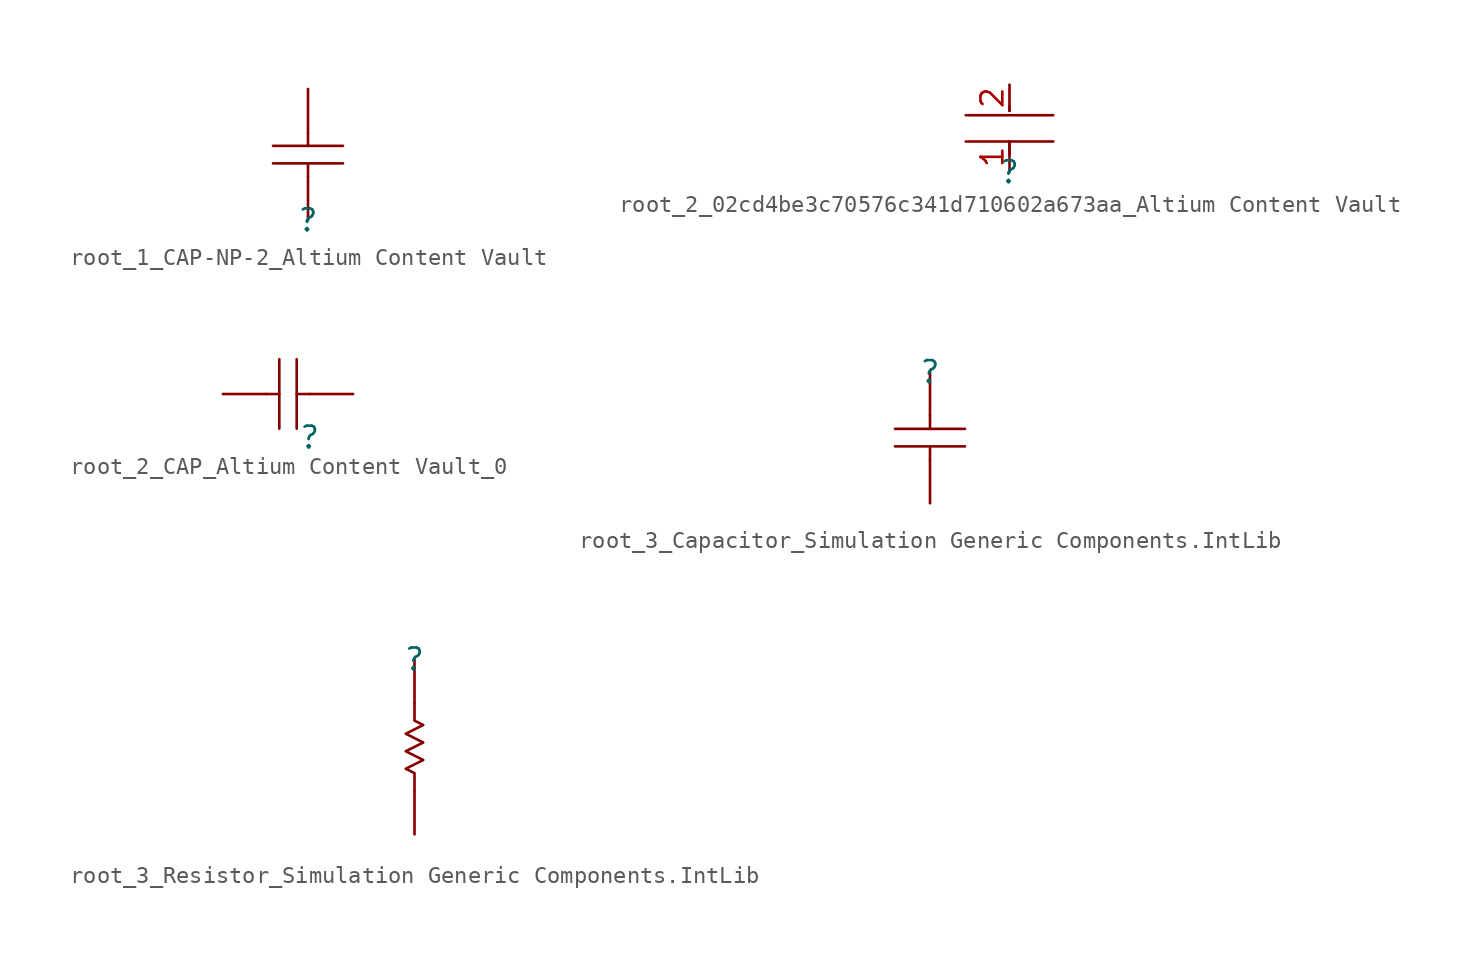
<source format=kicad_sym>
(kicad_symbol_lib
  (version 20241209)
  (generator "kicad_symbol_editor")
  (generator_version "9.0")
  (symbol "root_1_CAP-NP-2_Altium Content Vault"
    (pin_numbers
      (hide yes))
    (pin_names
      (hide yes))
    (property "Reference" ""
      (at 0 0 0)
      (effects (font (size 1.27 1.27))))
    (property "Value" ""
      (at 0 0 0)
      (effects (font (size 1.27 1.27))))
    (symbol "root_1_CAP-NP-2_Altium Content Vault_1_0"
      (polyline (pts (xy -2.032 4.318) (xy 2.032 4.318)) (stroke (width 0) (type solid)) (fill (type none)))
      (polyline (pts (xy 0 5.08) (xy 0 4.318)) (stroke (width 0) (type solid)) (fill (type none)))
      (polyline (pts (xy 0 2.54) (xy 0 3.302)) (stroke (width 0) (type solid)) (fill (type none)))
      (polyline (pts (xy 2.032 3.302) (xy -2.032 3.302)) (stroke (width 0) (type solid)) (fill (type none)))
      (pin passive line (at 0 7.62 270) (length 2.54) (name "2" (effects (font (size 1.27 1.27)))) (number "2" (effects (font (size 1.27 1.27)))))
      (pin passive line (at 0 0 90) (length 2.54) (name "1" (effects (font (size 1.27 1.27)))) (number "1" (effects (font (size 1.27 1.27)))))))
  (symbol "root_2_02cd4be3c70576c341d710602a673aa_Altium Content Vault"
    (pin_names
      (hide yes))
    (property "Reference" ""
      (at 0 0 0)
      (effects (font (size 1.27 1.27))))
    (property "Value" ""
      (at 0 0 0)
      (effects (font (size 1.27 1.27))))
    (symbol "root_2_02cd4be3c70576c341d710602a673aa_Altium Content Vault_1_0"
      (polyline (pts (xy -2.54 3.302) (xy 2.54 3.302)) (stroke (width 0) (type solid)) (fill (type none)))
      (polyline (pts (xy -2.54 1.778) (xy 2.54 1.778)) (stroke (width 0) (type solid)) (fill (type none)))
      (polyline (pts (xy 0 3.556) (xy 0 3.81)) (stroke (width 0) (type solid)) (fill (type none)))
      (polyline (pts (xy 0 1.778) (xy 0 1.016)) (stroke (width 0) (type solid)) (fill (type none)))
      (pin passive line (at 0 5.08 270) (length 1.524) (name "2" (effects (font (size 1.27 1.27)))) (number "2" (effects (font (size 1.27 1.27)))))
      (pin passive line (at 0 0 90) (length 1.778) (name "1" (effects (font (size 1.27 1.27)))) (number "1" (effects (font (size 1.27 1.27)))))))
  (symbol "root_2_CAP_Altium Content Vault_0"
    (pin_numbers
      (hide yes))
    (pin_names
      (hide yes))
    (property "Reference" ""
      (at 0 0 0)
      (effects (font (size 1.27 1.27))))
    (property "Value" ""
      (at 0 0 0)
      (effects (font (size 1.27 1.27))))
    (symbol "root_2_CAP_Altium Content Vault_0_1_0"
      (polyline (pts (xy -2.54 2.54) (xy -1.778 2.54)) (stroke (width 0) (type solid)) (fill (type none)))
      (polyline (pts (xy -1.778 0.508) (xy -1.778 4.572)) (stroke (width 0) (type solid)) (fill (type none)))
      (polyline (pts (xy -0.762 4.572) (xy -0.762 0.508)) (stroke (width 0) (type solid)) (fill (type none)))
      (polyline (pts (xy 0 2.54) (xy -0.762 2.54)) (stroke (width 0) (type solid)) (fill (type none)))
      (pin passive line (at -5.08 2.54 0) (length 2.54) (name "2" (effects (font (size 1.27 1.27)))) (number "2" (effects (font (size 1.27 1.27)))))
      (pin passive line (at 2.54 2.54 180) (length 2.54) (name "1" (effects (font (size 1.27 1.27)))) (number "1" (effects (font (size 1.27 1.27)))))))
  (symbol "root_3_Capacitor_Simulation Generic Components.IntLib"
    (pin_numbers
      (hide yes))
    (pin_names
      (hide yes))
    (property "Reference" ""
      (at 0 0 0)
      (effects (font (size 1.27 1.27))))
    (property "Value" ""
      (at 0 0 0)
      (effects (font (size 1.27 1.27))))
    (symbol "root_3_Capacitor_Simulation Generic Components.IntLib_1_0"
      (polyline (pts (xy -2.032 -3.302) (xy 2.032 -3.302)) (stroke (width 0) (type solid)) (fill (type none)))
      (polyline (pts (xy 0 -2.54) (xy 0 -3.302)) (stroke (width 0) (type solid)) (fill (type none)))
      (polyline (pts (xy 0 -5.08) (xy 0 -4.318)) (stroke (width 0) (type solid)) (fill (type none)))
      (polyline (pts (xy 2.032 -4.318) (xy -2.032 -4.318)) (stroke (width 0) (type solid)) (fill (type none)))
      (pin passive line (at 0 0 270) (length 2.54) (name "1" (effects (font (size 1.27 1.27)))) (number "1" (effects (font (size 1.27 1.27)))))
      (pin passive line (at 0 -7.62 90) (length 2.54) (name "2" (effects (font (size 1.27 1.27)))) (number "2" (effects (font (size 1.27 1.27)))))))
  (symbol "root_3_Resistor_Simulation Generic Components.IntLib"
    (pin_numbers
      (hide yes))
    (pin_names
      (hide yes))
    (property "Reference" ""
      (at 0 0 0)
      (effects (font (size 1.27 1.27))))
    (property "Value" ""
      (at 0 0 0)
      (effects (font (size 1.27 1.27))))
    (symbol "root_3_Resistor_Simulation Generic Components.IntLib_1_0"
      (polyline (pts (xy 0 -7.62) (xy 0 -6.604) (xy -0.508 -6.35) (xy 0.508 -5.842) (xy -0.508 -5.334) (xy 0.508 -4.826) (xy -0.508 -4.318) (xy 0.508 -3.81) (xy 0 -3.556) (xy 0 -2.54)) (stroke (width 0) (type solid)) (fill (type none)))
      (pin passive line (at 0 0 270) (length 2.54) (name "1" (effects (font (size 1.27 1.27)))) (number "1" (effects (font (size 1.27 1.27)))))
      (pin passive line (at 0 -10.16 90) (length 2.54) (name "2" (effects (font (size 1.27 1.27)))) (number "2" (effects (font (size 1.27 1.27))))))))
</source>
